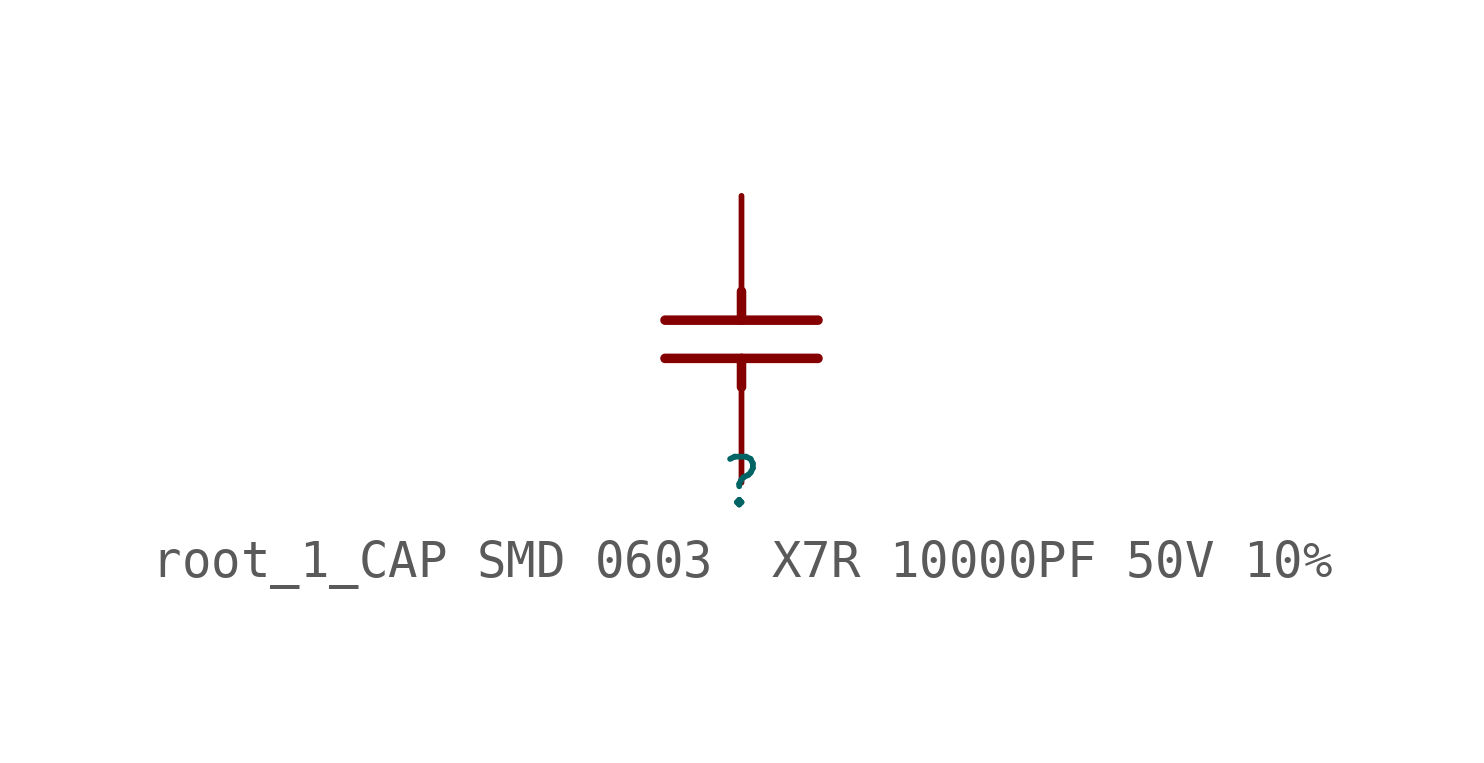
<source format=kicad_sym>
(kicad_symbol_lib
  (version 20231120)
  (generator "kicad_symbol_editor")
  (generator_version "8.0")
  (symbol "root_1_CAP SMD 0603  X7R 10000PF 50V 10%"
    (property "Reference" ""
      (at 0 0 0)
      (effects (font (size 1.27 1.27))))
    (property "Value" ""
      (at 0 0 0)
      (effects (font (size 1.27 1.27))))
    (symbol "root_1_CAP SMD 0603  X7R 10000PF 50V 10%_1_0"
      (polyline (pts (xy -2.032 4.318) (xy 2.032 4.318)) (stroke (width 0.254) (type solid)) (fill (type none)))
      (polyline (pts (xy 0 2.54) (xy 0 3.302)) (stroke (width 0.254) (type solid)) (fill (type none)))
      (polyline (pts (xy 0 5.08) (xy 0 4.318)) (stroke (width 0.254) (type solid)) (fill (type none)))
      (polyline (pts (xy 2.032 3.302) (xy -2.032 3.302)) (stroke (width 0.254) (type solid)) (fill (type none)))
      (pin passive line (at 0 0 90) (length 2.54) (name "1" (effects (font (size 0 0)))) (number "1" (effects (font (size 0 0)))))
      (pin passive line (at 0 7.62 270) (length 2.54) (name "2" (effects (font (size 0 0)))) (number "2" (effects (font (size 0 0))))))))
</source>
